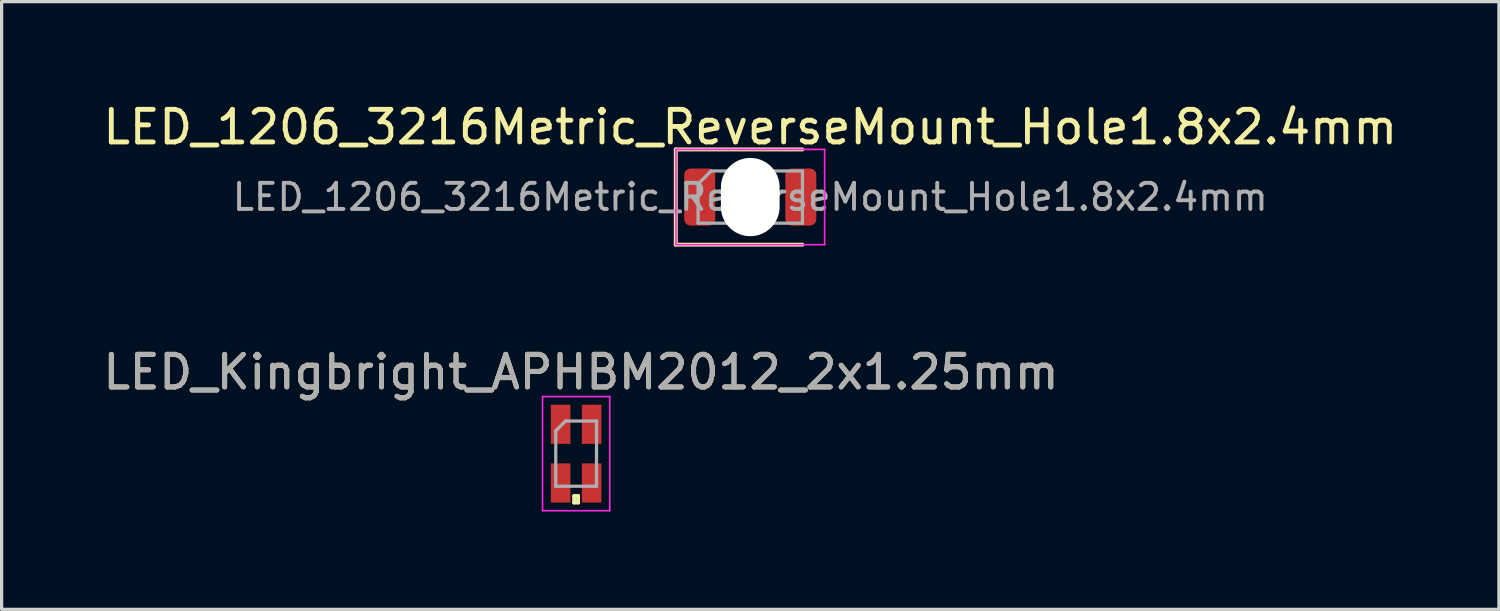
<source format=kicad_pcb>
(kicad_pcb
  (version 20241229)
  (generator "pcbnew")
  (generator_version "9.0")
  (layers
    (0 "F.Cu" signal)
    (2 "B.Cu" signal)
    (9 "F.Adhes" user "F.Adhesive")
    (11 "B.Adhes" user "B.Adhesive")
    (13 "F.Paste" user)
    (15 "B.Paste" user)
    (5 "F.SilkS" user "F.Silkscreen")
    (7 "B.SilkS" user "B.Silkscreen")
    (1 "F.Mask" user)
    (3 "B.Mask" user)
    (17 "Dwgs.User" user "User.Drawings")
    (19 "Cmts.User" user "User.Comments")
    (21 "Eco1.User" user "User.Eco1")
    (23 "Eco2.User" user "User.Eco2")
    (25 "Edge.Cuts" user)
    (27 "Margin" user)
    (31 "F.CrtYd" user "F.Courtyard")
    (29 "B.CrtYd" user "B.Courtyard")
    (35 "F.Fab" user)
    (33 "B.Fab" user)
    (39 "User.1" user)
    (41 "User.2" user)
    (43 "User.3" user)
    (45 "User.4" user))
  (footprint "LED_1206_3216Metric_ReverseMount_Hole1.8x2.4mm"
    (layer "F.Cu")
    (at 19.958 2.993)
    (property "Reference" "LED_1206_3216Metric_ReverseMount_Hole1.8x2.4mm" (at 0 -2.145 0) (layer "F.SilkS") (effects (font (size 1 1) (thickness 0.15))))
    (attr smd)
    (fp_line (start -2.285 -1.46) (end -2.285 1.46) (stroke (width 0.12) (type solid)) (layer "F.SilkS"))
    (fp_line (start -2.285 1.46) (end 1.6 1.46) (stroke (width 0.12) (type solid)) (layer "F.SilkS"))
    (fp_line (start 1.6 -1.46) (end -2.285 -1.46) (stroke (width 0.12) (type solid)) (layer "F.SilkS"))
    (fp_line (start -2.28 -1.46) (end 2.28 -1.46) (stroke (width 0.05) (type solid)) (layer "F.CrtYd"))
    (fp_line (start -2.28 1.46) (end -2.28 -1.46) (stroke (width 0.05) (type solid)) (layer "F.CrtYd"))
    (fp_line (start 2.28 -1.46) (end 2.28 1.46) (stroke (width 0.05) (type solid)) (layer "F.CrtYd"))
    (fp_line (start 2.28 1.46) (end -2.28 1.46) (stroke (width 0.05) (type solid)) (layer "F.CrtYd"))
    (fp_line (start -1.6 -0.4) (end -1.6 0.8) (stroke (width 0.1) (type solid)) (layer "F.Fab"))
    (fp_line (start -1.6 0.8) (end 1.6 0.8) (stroke (width 0.1) (type solid)) (layer "F.Fab"))
    (fp_line (start -1.2 -0.8) (end -1.6 -0.4) (stroke (width 0.1) (type solid)) (layer "F.Fab"))
    (fp_line (start 1.6 -0.8) (end -1.2 -0.8) (stroke (width 0.1) (type solid)) (layer "F.Fab"))
    (fp_line (start 1.6 0.8) (end 1.6 -0.8) (stroke (width 0.1) (type solid)) (layer "F.Fab"))
    (fp_text user "${REFERENCE}" (at 0 0 0) (layer "F.Fab") (effects (font (size 0.8 0.8) (thickness 0.12))))
    (pad "" np_thru_hole oval (at 0 0) (size 1.8 2.4) (drill oval 1.8 2.4) (layers "*.Cu" "*.Mask"))
    (pad "1" smd roundrect (at -1.55 0) (size 0.95 1.75) (layers "F.Cu" "F.Mask" "F.Paste") (roundrect_rratio 0.2))
    (pad "2" smd roundrect (at 1.55 0) (size 0.95 1.75) (layers "F.Cu" "F.Mask" "F.Paste") (roundrect_rratio 0.2)))
  (footprint "LED_Kingbright_APHBM2012_2x1.25mm"
    (layer "F.Cu")
    (at 14.618 10.861)
    (property "Reference" "LED_Kingbright_APHBM2012_2x1.25mm" (at 0.15 -2.5 180) (layer "F.SilkS") (effects (font (size 1 1) (thickness 0.15))))
    (attr smd)
    (fp_line (start -0.06 1.3) (end -0.06 1.5) (stroke (width 0.12) (type solid)) (layer "F.SilkS"))
    (fp_line (start -0.06 1.5) (end 0.06 1.5) (stroke (width 0.12) (type solid)) (layer "F.SilkS"))
    (fp_line (start 0.06 1.3) (end -0.06 1.3) (stroke (width 0.12) (type solid)) (layer "F.SilkS"))
    (fp_line (start 0.06 1.5) (end 0.06 1.3) (stroke (width 0.12) (type solid)) (layer "F.SilkS"))
    (fp_line (start -1.03 -1.75) (end 1.03 -1.75) (stroke (width 0.05) (type solid)) (layer "F.CrtYd"))
    (fp_line (start -1.03 1.75) (end -1.03 -1.75) (stroke (width 0.05) (type solid)) (layer "F.CrtYd"))
    (fp_line (start 1.03 -1.75) (end 1.03 1.75) (stroke (width 0.05) (type solid)) (layer "F.CrtYd"))
    (fp_line (start 1.03 1.75) (end -1.03 1.75) (stroke (width 0.05) (type solid)) (layer "F.CrtYd"))
    (fp_line (start -0.625 -0.7) (end -0.625 1) (stroke (width 0.1) (type solid)) (layer "F.Fab"))
    (fp_line (start -0.625 -0.7) (end -0.325 -1) (stroke (width 0.1) (type solid)) (layer "F.Fab"))
    (fp_line (start -0.625 1) (end 0.625 1) (stroke (width 0.1) (type solid)) (layer "F.Fab"))
    (fp_line (start 0.625 -1) (end -0.325 -1) (stroke (width 0.1) (type solid)) (layer "F.Fab"))
    (fp_line (start 0.625 1) (end 0.625 -1) (stroke (width 0.1) (type solid)) (layer "F.Fab"))
    (fp_text user "${REFERENCE}" (at 0.15 -2.5 180) (layer "F.Fab") (effects (font (size 1 1) (thickness 0.15))))
    (pad "1" smd rect (at -0.475 -0.9 90) (size 1.2 0.6) (layers "F.Cu" "F.Mask" "F.Paste"))
    (pad "2" smd rect (at -0.475 0.9 90) (size 1.2 0.6) (layers "F.Cu" "F.Mask" "F.Paste"))
    (pad "3" smd rect (at 0.475 0.9 90) (size 1.2 0.6) (layers "F.Cu" "F.Mask" "F.Paste"))
    (pad "4" smd rect (at 0.475 -0.9 90) (size 1.2 0.6) (layers "F.Cu" "F.Mask" "F.Paste")))
  (gr_rect
    (start -3 -3)
    (end 42.917 15.636)
    (stroke (width 0.1) (type default))
    (fill no)
    (layer "Edge.Cuts")))
</source>
